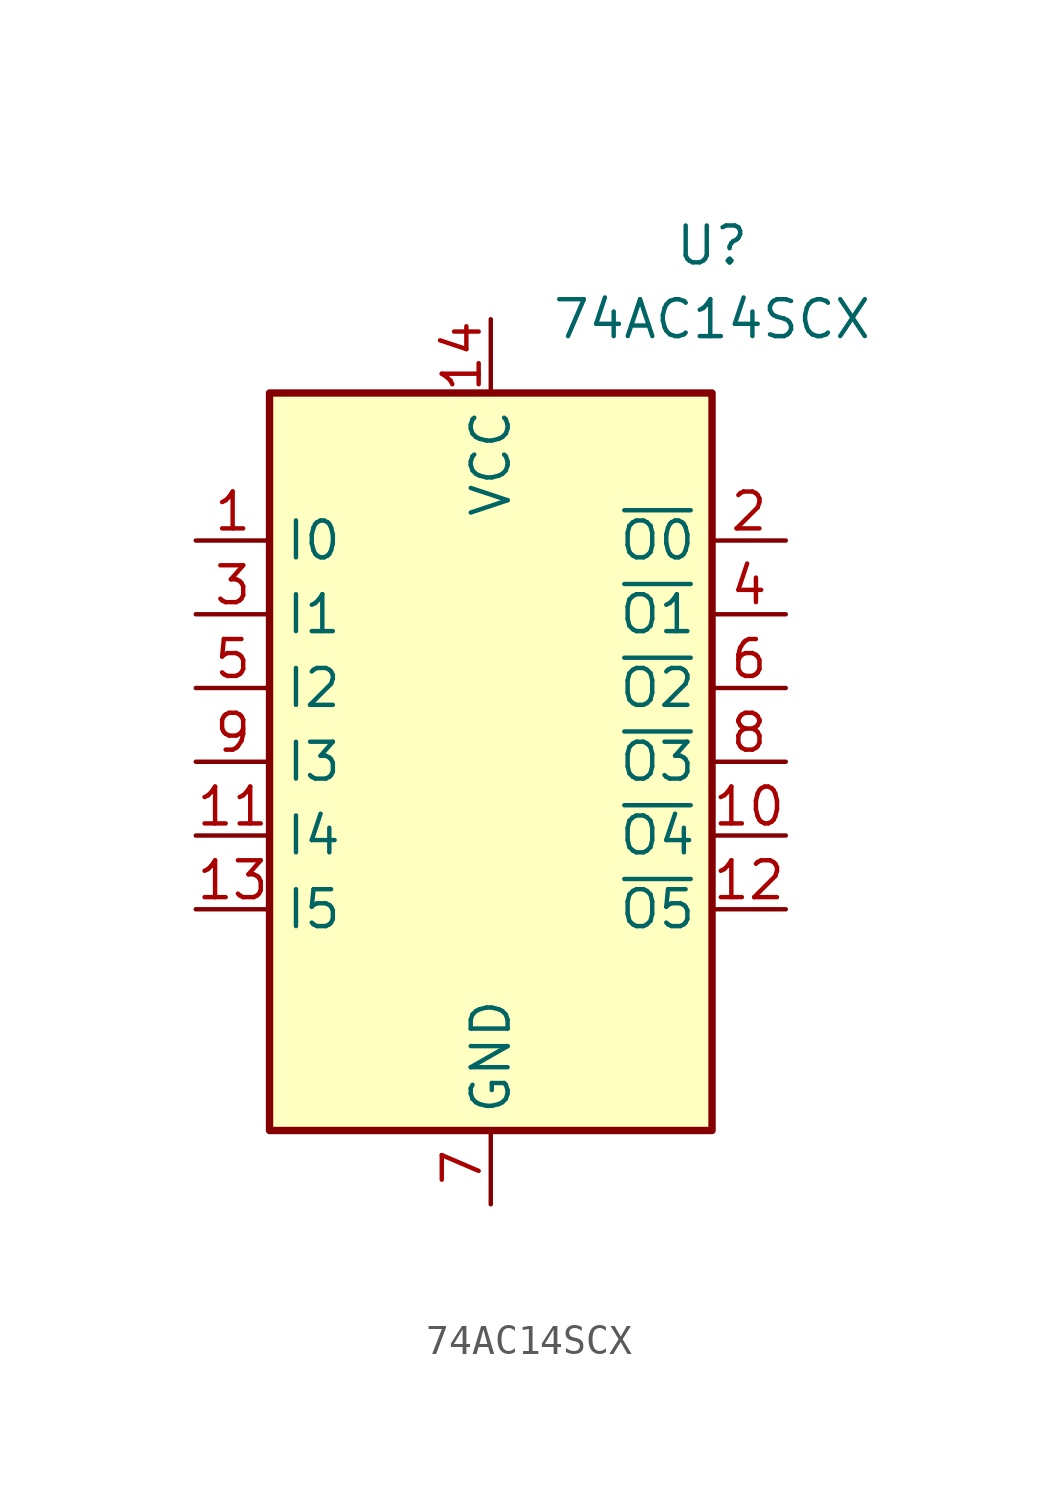
<source format=kicad_sym>
(kicad_symbol_lib
  (version 20220914)
  (generator kicad_symbol_editor)
  (symbol "74AC14SCX"
    (property "Reference" "U"
      (at 7.62 17.78 0)
      (effects (font (size 1.27 1.27))))
    (property "Value" "74AC14SCX"
      (at 7.62 15.24 0)
      (effects (font (size 1.27 1.27))))
    (symbol "74AC14SCX_1_1"
      (rectangle (start -7.62 12.7) (end 7.62 -12.7) (stroke (width 0.254) (type default)) (fill (type background)))
      (pin input line (at -10.16 7.62 0) (length 2.54) (name "I0" (effects (font (size 1.27 1.27)))) (number "1" (effects (font (size 1.27 1.27)))))
      (pin output line (at 10.16 -2.54 180) (length 2.54) (name "~{O4}" (effects (font (size 1.27 1.27)))) (number "10" (effects (font (size 1.27 1.27)))))
      (pin input line (at -10.16 -2.54 0) (length 2.54) (name "I4" (effects (font (size 1.27 1.27)))) (number "11" (effects (font (size 1.27 1.27)))))
      (pin output line (at 10.16 -5.08 180) (length 2.54) (name "~{O5}" (effects (font (size 1.27 1.27)))) (number "12" (effects (font (size 1.27 1.27)))))
      (pin input line (at -10.16 -5.08 0) (length 2.54) (name "I5" (effects (font (size 1.27 1.27)))) (number "13" (effects (font (size 1.27 1.27)))))
      (pin power_in line (at 0 15.24 270) (length 2.54) (name "VCC" (effects (font (size 1.27 1.27)))) (number "14" (effects (font (size 1.27 1.27)))))
      (pin output line (at 10.16 7.62 180) (length 2.54) (name "~{O0}" (effects (font (size 1.27 1.27)))) (number "2" (effects (font (size 1.27 1.27)))))
      (pin input line (at -10.16 5.08 0) (length 2.54) (name "I1" (effects (font (size 1.27 1.27)))) (number "3" (effects (font (size 1.27 1.27)))))
      (pin output line (at 10.16 5.08 180) (length 2.54) (name "~{O1}" (effects (font (size 1.27 1.27)))) (number "4" (effects (font (size 1.27 1.27)))))
      (pin input line (at -10.16 2.54 0) (length 2.54) (name "I2" (effects (font (size 1.27 1.27)))) (number "5" (effects (font (size 1.27 1.27)))))
      (pin output line (at 10.16 2.54 180) (length 2.54) (name "~{O2}" (effects (font (size 1.27 1.27)))) (number "6" (effects (font (size 1.27 1.27)))))
      (pin power_in line (at 0 -15.24 90) (length 2.54) (name "GND" (effects (font (size 1.27 1.27)))) (number "7" (effects (font (size 1.27 1.27)))))
      (pin output line (at 10.16 0 180) (length 2.54) (name "~{O3}" (effects (font (size 1.27 1.27)))) (number "8" (effects (font (size 1.27 1.27)))))
      (pin input line (at -10.16 0 0) (length 2.54) (name "I3" (effects (font (size 1.27 1.27)))) (number "9" (effects (font (size 1.27 1.27))))))))
</source>
